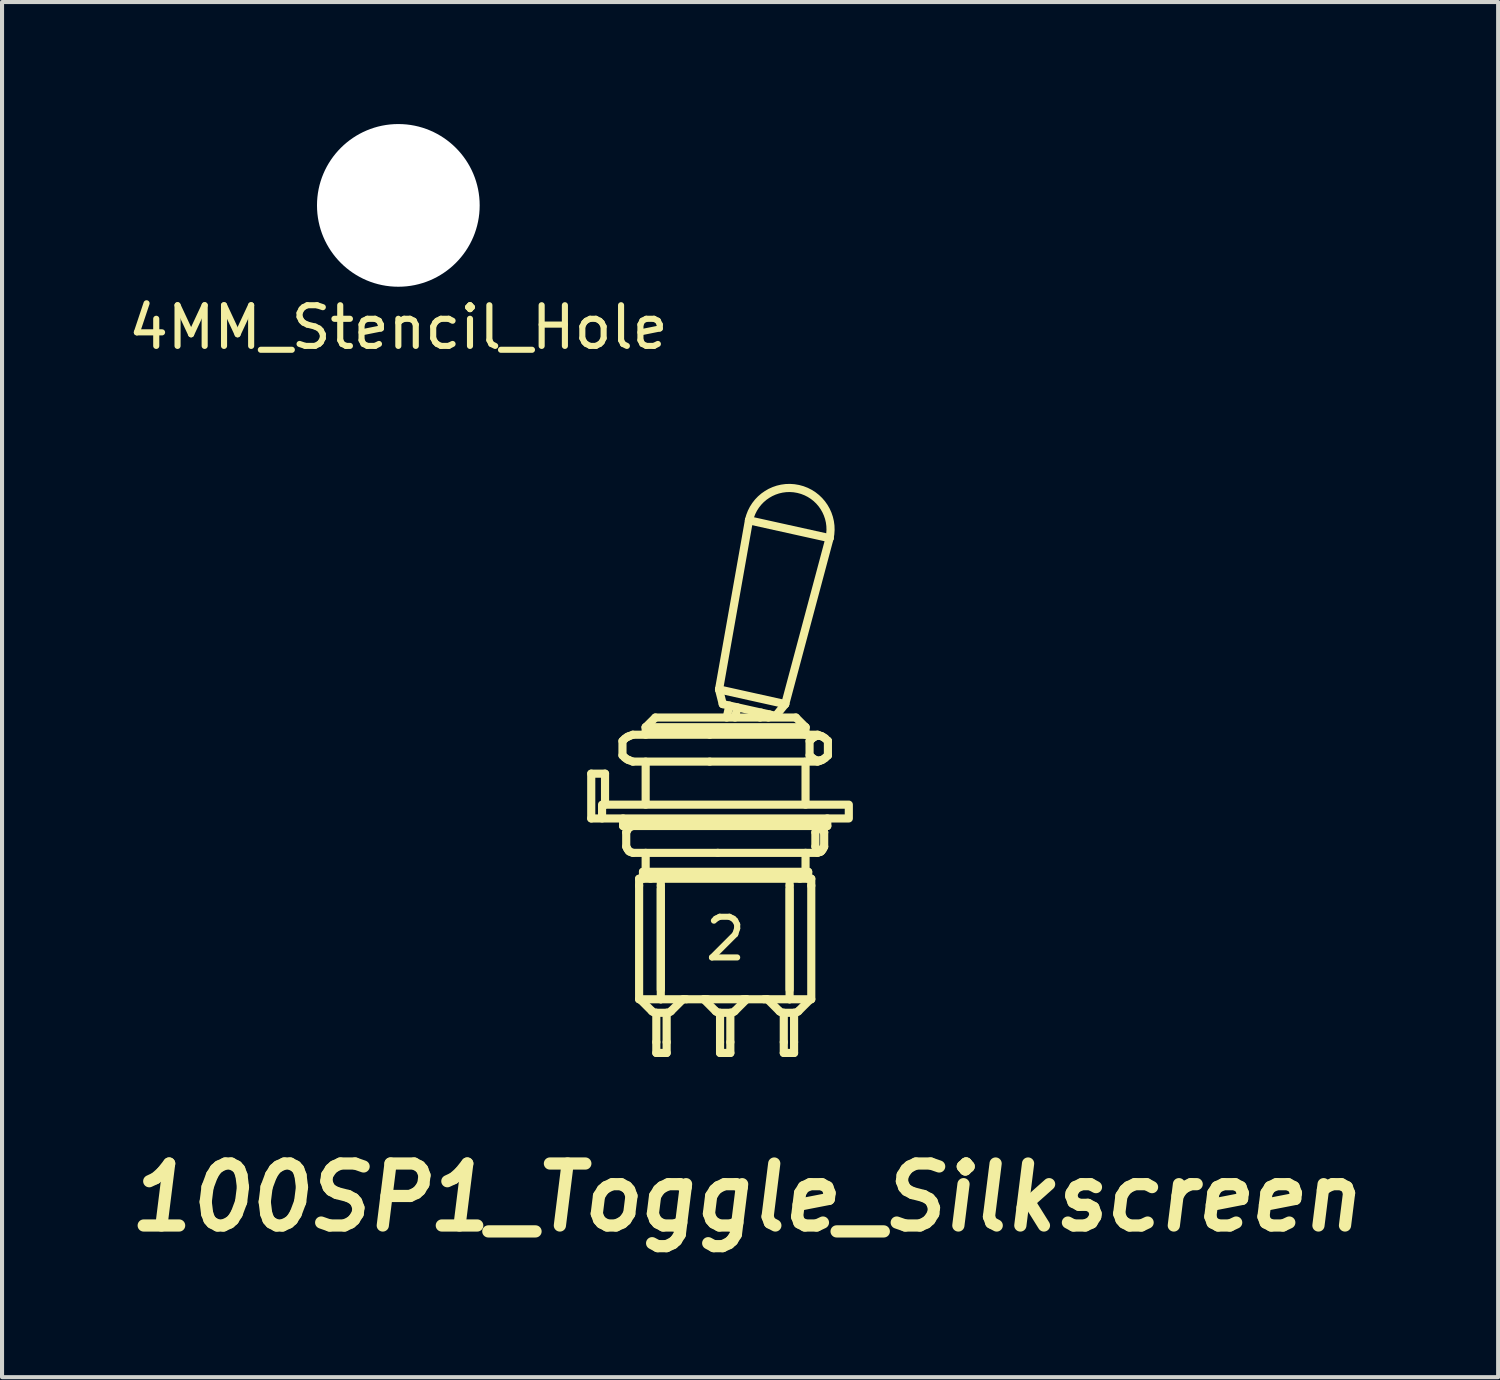
<source format=kicad_pcb>
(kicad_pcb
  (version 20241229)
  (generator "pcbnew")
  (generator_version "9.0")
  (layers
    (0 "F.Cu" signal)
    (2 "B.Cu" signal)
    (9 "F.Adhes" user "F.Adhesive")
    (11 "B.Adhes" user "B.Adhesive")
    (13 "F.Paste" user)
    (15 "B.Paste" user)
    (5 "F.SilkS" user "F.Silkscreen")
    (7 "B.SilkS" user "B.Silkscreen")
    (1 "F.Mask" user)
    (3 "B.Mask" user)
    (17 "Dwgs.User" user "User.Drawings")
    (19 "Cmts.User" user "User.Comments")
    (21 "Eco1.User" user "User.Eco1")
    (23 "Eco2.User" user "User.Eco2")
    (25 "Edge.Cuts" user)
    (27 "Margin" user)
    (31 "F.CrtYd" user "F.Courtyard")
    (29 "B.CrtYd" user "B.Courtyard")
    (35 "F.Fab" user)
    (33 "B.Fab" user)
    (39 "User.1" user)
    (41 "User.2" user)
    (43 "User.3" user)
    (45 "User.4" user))
  (footprint "4MM_Stencil_Hole"
    (layer "F.Cu")
    (at 6.744 2)
    (property "Reference" "4MM_Stencil_Hole" (at 0 3 0) (layer "F.SilkS") (effects (font (size 1 1) (thickness 0.15))))
    (attr through_hole)
    (pad "" np_thru_hole circle (at 0 0) (size 4 4) (drill 4) (layers "*.Cu" "*.Paste" "*.Mask")))
  (footprint "100SP1_Toggle_Silkscreen"
    (layer "F.Cu")
    (at 15.297 17.242)
    (property "Reference" "100SP1_Toggle_Silkscreen" (at 0 9.15 0) (layer "F.SilkS") (effects (font (size 1.524 1.524) (thickness 0.3) (italic yes))))
    (attr through_hole board_only exclude_from_pos_files exclude_from_bom)
    (fp_line (start -3.81 -1.27) (end -3.81 -0.169) (stroke (width 0.2) (type solid)) (layer "F.SilkS"))
    (fp_line (start -3.81 -1.27) (end -3.471 -1.27) (stroke (width 0.2) (type solid)) (layer "F.SilkS"))
    (fp_line (start -3.81 -0.169) (end -3.544 -0.169) (stroke (width 0.2) (type solid)) (layer "F.SilkS"))
    (fp_line (start -3.471 -1.27) (end -3.471 -0.508) (stroke (width 0.2) (type solid)) (layer "F.SilkS"))
    (fp_line (start -3.042 -2.073) (end -3.042 -1.72) (stroke (width 0.2) (type solid)) (layer "F.SilkS"))
    (fp_line (start -3.027 -0.169) (end -3.027 0.017) (stroke (width 0.2) (type solid)) (layer "F.SilkS"))
    (fp_line (start -3.027 0.017) (end 1.994 0.017) (stroke (width 0.2) (type solid)) (layer "F.SilkS"))
    (fp_line (start -2.95 0.171) (end -2.95 0.523) (stroke (width 0.2) (type solid)) (layer "F.SilkS"))
    (fp_line (start -2.882 -1.601) (end -2.787 -1.566) (stroke (width 0.2) (type solid)) (layer "F.SilkS"))
    (fp_line (start -2.857 0.652) (end -2.787 0.677) (stroke (width 0.2) (type solid)) (layer "F.SilkS"))
    (fp_line (start -2.787 -2.227) (end -2.882 -2.192) (stroke (width 0.2) (type solid)) (layer "F.SilkS"))
    (fp_line (start -2.787 0.017) (end -2.857 0.042) (stroke (width 0.2) (type solid)) (layer "F.SilkS"))
    (fp_line (start -2.633 1.483) (end -2.633 1.313) (stroke (width 0.2) (type solid)) (layer "F.SilkS"))
    (fp_line (start -2.633 4.277) (end -2.633 1.483) (stroke (width 0.2) (type solid)) (layer "F.SilkS"))
    (fp_line (start -2.633 4.277) (end -2.1 4.277) (stroke (width 0.2) (type solid)) (layer "F.SilkS"))
    (fp_line (start -2.538 1.143) (end 1.524 1.143) (stroke (width 0.2) (type solid)) (layer "F.SilkS"))
    (fp_line (start -2.538 1.313) (end -2.538 1.143) (stroke (width 0.2) (type solid)) (layer "F.SilkS"))
    (fp_line (start -2.472 -2.413) (end -2.472 -2.227) (stroke (width 0.2) (type solid)) (layer "F.SilkS"))
    (fp_line (start -2.472 -2.413) (end -2.233 -2.65) (stroke (width 0.2) (type solid)) (layer "F.SilkS"))
    (fp_line (start -2.472 -1.566) (end -2.472 -0.508) (stroke (width 0.2) (type solid)) (layer "F.SilkS"))
    (fp_line (start -2.472 0.677) (end -2.472 1.143) (stroke (width 0.2) (type solid)) (layer "F.SilkS"))
    (fp_line (start -2.352 1.313) (end -2.633 1.313) (stroke (width 0.2) (type solid)) (layer "F.SilkS"))
    (fp_line (start -2.352 1.313) (end 1.319 1.313) (stroke (width 0.2) (type solid)) (layer "F.SilkS"))
    (fp_line (start -2.316 4.571) (end -2.61 4.277) (stroke (width 0.2) (type solid)) (layer "F.SilkS"))
    (fp_line (start -2.221 4.61) (end -1.945 4.61) (stroke (width 0.2) (type solid)) (layer "F.SilkS"))
    (fp_line (start -2.21 5.33) (end -2.21 4.61) (stroke (width 0.2) (type solid)) (layer "F.SilkS"))
    (fp_line (start -2.21 5.597) (end -2.21 5.33) (stroke (width 0.2) (type solid)) (layer "F.SilkS"))
    (fp_line (start -2.21 5.597) (end -1.956 5.597) (stroke (width 0.2) (type solid)) (layer "F.SilkS"))
    (fp_line (start -2.1 1.313) (end -2.1 1.483) (stroke (width 0.2) (type solid)) (layer "F.SilkS"))
    (fp_line (start -2.1 1.483) (end -2.1 4.277) (stroke (width 0.2) (type solid)) (layer "F.SilkS"))
    (fp_line (start -2.1 4.043) (end -2.1 1.567) (stroke (width 0.2) (type solid)) (layer "F.SilkS"))
    (fp_line (start -2.1 4.277) (end -1.533 4.277) (stroke (width 0.2) (type solid)) (layer "F.SilkS"))
    (fp_line (start -1.956 4.61) (end -1.956 5.33) (stroke (width 0.2) (type solid)) (layer "F.SilkS"))
    (fp_line (start -1.956 5.33) (end -1.956 5.597) (stroke (width 0.2) (type solid)) (layer "F.SilkS"))
    (fp_line (start -1.556 4.277) (end -1.851 4.571) (stroke (width 0.2) (type solid)) (layer "F.SilkS"))
    (fp_line (start -1.533 4.277) (end -1.471 4.277) (stroke (width 0.2) (type solid)) (layer "F.SilkS"))
    (fp_line (start -1.471 4.277) (end -1.043 4.277) (stroke (width 0.2) (type solid)) (layer "F.SilkS"))
    (fp_line (start -1.001 4.277) (end -1.043 4.277) (stroke (width 0.2) (type solid)) (layer "F.SilkS"))
    (fp_line (start -1.001 4.277) (end -0.95 4.277) (stroke (width 0.2) (type solid)) (layer "F.SilkS"))
    (fp_line (start -0.95 4.277) (end -0.083 4.277) (stroke (width 0.2) (type solid)) (layer "F.SilkS"))
    (fp_line (start -0.897 -2.227) (end -2.787 -2.227) (stroke (width 0.2) (type solid)) (layer "F.SilkS"))
    (fp_line (start -0.897 -1.566) (end -2.787 -1.566) (stroke (width 0.2) (type solid)) (layer "F.SilkS"))
    (fp_line (start -0.749 4.571) (end -1.043 4.277) (stroke (width 0.2) (type solid)) (layer "F.SilkS"))
    (fp_line (start -0.699 0.677) (end -2.787 0.677) (stroke (width 0.2) (type solid)) (layer "F.SilkS"))
    (fp_line (start -0.668 -3.341) (end -0.577 -2.98) (stroke (width 0.2) (type solid)) (layer "F.SilkS"))
    (fp_line (start -0.668 -3.341) (end 0.959 -2.98) (stroke (width 0.2) (type solid)) (layer "F.SilkS"))
    (fp_line (start -0.655 4.61) (end -0.378 4.61) (stroke (width 0.2) (type solid)) (layer "F.SilkS"))
    (fp_line (start -0.643 5.33) (end -0.643 4.61) (stroke (width 0.2) (type solid)) (layer "F.SilkS"))
    (fp_line (start -0.643 5.597) (end -0.643 5.33) (stroke (width 0.2) (type solid)) (layer "F.SilkS"))
    (fp_line (start -0.643 5.597) (end -0.39 5.597) (stroke (width 0.2) (type solid)) (layer "F.SilkS"))
    (fp_line (start -0.577 -2.98) (end 0.725 -2.691) (stroke (width 0.2) (type solid)) (layer "F.SilkS"))
    (fp_line (start -0.414 -2.944) (end -0.48 -2.65) (stroke (width 0.2) (type solid)) (layer "F.SilkS"))
    (fp_line (start -0.39 4.61) (end -0.39 5.33) (stroke (width 0.2) (type solid)) (layer "F.SilkS"))
    (fp_line (start -0.39 5.33) (end -0.39 5.597) (stroke (width 0.2) (type solid)) (layer "F.SilkS"))
    (fp_line (start -0.219 -2.9) (end -0.275 -2.65) (stroke (width 0.2) (type solid)) (layer "F.SilkS"))
    (fp_line (start -0.032 4.277) (end -0.083 4.277) (stroke (width 0.2) (type solid)) (layer "F.SilkS"))
    (fp_line (start 0.01 4.277) (end -0.284 4.571) (stroke (width 0.2) (type solid)) (layer "F.SilkS"))
    (fp_line (start 0.01 4.277) (end -0.032 4.277) (stroke (width 0.2) (type solid)) (layer "F.SilkS"))
    (fp_line (start 0.01 4.277) (end 0.438 4.277) (stroke (width 0.2) (type solid)) (layer "F.SilkS"))
    (fp_line (start 0.068 -7.499) (end -0.668 -3.341) (stroke (width 0.2) (type solid)) (layer "F.SilkS"))
    (fp_line (start 0.34 -2.65) (end 0.367 -2.771) (stroke (width 0.2) (type solid)) (layer "F.SilkS"))
    (fp_line (start 0.5 4.277) (end 0.438 4.277) (stroke (width 0.2) (type solid)) (layer "F.SilkS"))
    (fp_line (start 0.5 4.277) (end 1.067 4.277) (stroke (width 0.2) (type solid)) (layer "F.SilkS"))
    (fp_line (start 0.545 -2.65) (end 0.562 -2.727) (stroke (width 0.2) (type solid)) (layer "F.SilkS"))
    (fp_line (start 0.725 -2.691) (end 0.959 -2.98) (stroke (width 0.2) (type solid)) (layer "F.SilkS"))
    (fp_line (start 0.818 4.571) (end 0.524 4.277) (stroke (width 0.2) (type solid)) (layer "F.SilkS"))
    (fp_line (start 0.912 4.61) (end 1.188 4.61) (stroke (width 0.2) (type solid)) (layer "F.SilkS"))
    (fp_line (start 0.924 5.33) (end 0.924 4.61) (stroke (width 0.2) (type solid)) (layer "F.SilkS"))
    (fp_line (start 0.924 5.597) (end 0.924 5.33) (stroke (width 0.2) (type solid)) (layer "F.SilkS"))
    (fp_line (start 0.924 5.597) (end 1.177 5.597) (stroke (width 0.2) (type solid)) (layer "F.SilkS"))
    (fp_line (start 0.959 -2.98) (end 2.05 -7.06) (stroke (width 0.2) (type solid)) (layer "F.SilkS"))
    (fp_line (start 1.067 1.483) (end 1.067 1.313) (stroke (width 0.2) (type solid)) (layer "F.SilkS"))
    (fp_line (start 1.067 4.043) (end 1.067 1.567) (stroke (width 0.2) (type solid)) (layer "F.SilkS"))
    (fp_line (start 1.067 4.277) (end 1.067 1.483) (stroke (width 0.2) (type solid)) (layer "F.SilkS"))
    (fp_line (start 1.067 4.277) (end 1.6 4.277) (stroke (width 0.2) (type solid)) (layer "F.SilkS"))
    (fp_line (start 1.177 4.61) (end 1.177 5.33) (stroke (width 0.2) (type solid)) (layer "F.SilkS"))
    (fp_line (start 1.177 5.33) (end 1.177 5.597) (stroke (width 0.2) (type solid)) (layer "F.SilkS"))
    (fp_line (start 1.222 -2.65) (end -2.233 -2.65) (stroke (width 0.2) (type solid)) (layer "F.SilkS"))
    (fp_line (start 1.459 -2.413) (end -2.472 -2.413) (stroke (width 0.2) (type solid)) (layer "F.SilkS"))
    (fp_line (start 1.459 -2.413) (end 1.222 -2.65) (stroke (width 0.2) (type solid)) (layer "F.SilkS"))
    (fp_line (start 1.459 -2.227) (end 1.459 -2.413) (stroke (width 0.2) (type solid)) (layer "F.SilkS"))
    (fp_line (start 1.459 -0.508) (end 1.459 -1.566) (stroke (width 0.2) (type solid)) (layer "F.SilkS"))
    (fp_line (start 1.459 1.143) (end 1.459 0.677) (stroke (width 0.2) (type solid)) (layer "F.SilkS"))
    (fp_line (start 1.524 1.313) (end 1.524 1.143) (stroke (width 0.2) (type solid)) (layer "F.SilkS"))
    (fp_line (start 1.558 -2.073) (end 1.558 -1.72) (stroke (width 0.2) (type solid)) (layer "F.SilkS"))
    (fp_line (start 1.577 4.277) (end 1.283 4.571) (stroke (width 0.2) (type solid)) (layer "F.SilkS"))
    (fp_line (start 1.6 1.313) (end 1.319 1.313) (stroke (width 0.2) (type solid)) (layer "F.SilkS"))
    (fp_line (start 1.6 1.483) (end 1.6 1.313) (stroke (width 0.2) (type solid)) (layer "F.SilkS"))
    (fp_line (start 1.6 4.277) (end 1.6 1.483) (stroke (width 0.2) (type solid)) (layer "F.SilkS"))
    (fp_line (start 1.701 0.171) (end 1.701 0.523) (stroke (width 0.2) (type solid)) (layer "F.SilkS"))
    (fp_line (start 1.754 -2.227) (end -0.897 -2.227) (stroke (width 0.2) (type solid)) (layer "F.SilkS"))
    (fp_line (start 1.754 -1.566) (end -0.897 -1.566) (stroke (width 0.2) (type solid)) (layer "F.SilkS"))
    (fp_line (start 1.754 -1.566) (end 1.85 -1.601) (stroke (width 0.2) (type solid)) (layer "F.SilkS"))
    (fp_line (start 1.754 0.677) (end -0.699 0.677) (stroke (width 0.2) (type solid)) (layer "F.SilkS"))
    (fp_line (start 1.754 0.677) (end 1.824 0.652) (stroke (width 0.2) (type solid)) (layer "F.SilkS"))
    (fp_line (start 1.824 0.042) (end 1.754 0.017) (stroke (width 0.2) (type solid)) (layer "F.SilkS"))
    (fp_line (start 1.85 -2.192) (end 1.754 -2.227) (stroke (width 0.2) (type solid)) (layer "F.SilkS"))
    (fp_line (start 1.917 0.171) (end 1.917 0.523) (stroke (width 0.2) (type solid)) (layer "F.SilkS"))
    (fp_line (start 1.994 0.017) (end 1.994 -0.169) (stroke (width 0.2) (type solid)) (layer "F.SilkS"))
    (fp_line (start 2.009 -2.073) (end 2.009 -1.72) (stroke (width 0.2) (type solid)) (layer "F.SilkS"))
    (fp_line (start 2.05 -7.06) (end 0.068 -7.499) (stroke (width 0.2) (type solid)) (layer "F.SilkS"))
    (fp_rect (start -3.544 -0.508) (end 2.523 -0.169) (stroke (width 0.2) (type solid)) (fill no) (layer "F.SilkS"))
    (fp_arc (start -2.221238 4.609933) (mid -2.272262 4.599784) (end -2.315519 4.570881) (stroke (width 0.2) (type solid)) (layer "F.SilkS"))
    (fp_arc (start -1.850748 4.570881) (mid -1.894004 4.599784) (end -1.945029 4.609934) (stroke (width 0.2) (type solid)) (layer "F.SilkS"))
    (fp_arc (start -0.654572 4.609933) (mid -0.705596 4.599784) (end -0.748853 4.570881) (stroke (width 0.2) (type solid)) (layer "F.SilkS"))
    (fp_arc (start -0.284081 4.570881) (mid -0.327337 4.599784) (end -0.378362 4.609934) (stroke (width 0.2) (type solid)) (layer "F.SilkS"))
    (fp_arc (start 0.067913 -7.498893) (mid 1.278539 -8.270147) (end 2.049793 -7.059521) (stroke (width 0.2) (type solid)) (layer "F.SilkS"))
    (fp_arc (start 0.912095 4.609933) (mid 0.861071 4.599784) (end 0.817814 4.570881) (stroke (width 0.2) (type solid)) (layer "F.SilkS"))
    (fp_arc (start 1.282586 4.570881) (mid 1.23933 4.599784) (end 1.188305 4.609934) (stroke (width 0.2) (type solid)) (layer "F.SilkS"))
    (fp_curve (pts (xy -3.042 -1.72) (xy -3.023 -1.701) (xy -3.004 -1.682) (xy -2.985 -1.665)) (stroke (width 0.2) (type solid)) (layer "F.SilkS"))
    (fp_curve (pts (xy -2.985 -2.128) (xy -3.004 -2.111) (xy -3.023 -2.092) (xy -3.042 -2.073)) (stroke (width 0.2) (type solid)) (layer "F.SilkS"))
    (fp_curve (pts (xy -2.985 -1.665) (xy -2.964 -1.646) (xy -2.942 -1.63) (xy -2.921 -1.619)) (stroke (width 0.2) (type solid)) (layer "F.SilkS"))
    (fp_curve (pts (xy -2.95 0.523) (xy -2.94 0.543) (xy -2.931 0.562) (xy -2.922 0.579)) (stroke (width 0.2) (type solid)) (layer "F.SilkS"))
    (fp_curve (pts (xy -2.922 0.115) (xy -2.931 0.132) (xy -2.94 0.151) (xy -2.95 0.171)) (stroke (width 0.2) (type solid)) (layer "F.SilkS"))
    (fp_curve (pts (xy -2.922 0.579) (xy -2.912 0.597) (xy -2.902 0.612) (xy -2.892 0.624)) (stroke (width 0.2) (type solid)) (layer "F.SilkS"))
    (fp_curve (pts (xy -2.921 -1.619) (xy -2.908 -1.613) (xy -2.895 -1.609) (xy -2.882 -1.604)) (stroke (width 0.2) (type solid)) (layer "F.SilkS"))
    (fp_curve (pts (xy -2.919 -2.175) (xy -2.941 -2.164) (xy -2.963 -2.148) (xy -2.985 -2.128)) (stroke (width 0.2) (type solid)) (layer "F.SilkS"))
    (fp_curve (pts (xy -2.892 0.624) (xy -2.882 0.637) (xy -2.871 0.648) (xy -2.861 0.65)) (stroke (width 0.2) (type solid)) (layer "F.SilkS"))
    (fp_curve (pts (xy -2.891 0.069) (xy -2.901 0.082) (xy -2.912 0.097) (xy -2.922 0.115)) (stroke (width 0.2) (type solid)) (layer "F.SilkS"))
    (fp_curve (pts (xy -2.882 -2.189) (xy -2.895 -2.185) (xy -2.907 -2.18) (xy -2.919 -2.175)) (stroke (width 0.2) (type solid)) (layer "F.SilkS"))
    (fp_curve (pts (xy -2.859 0.044) (xy -2.87 0.045) (xy -2.88 0.056) (xy -2.891 0.069)) (stroke (width 0.2) (type solid)) (layer "F.SilkS"))
    (fp_curve (pts (xy 1.558 -2.073) (xy 1.577 -2.092) (xy 1.596 -2.112) (xy 1.615 -2.128)) (stroke (width 0.2) (type solid)) (layer "F.SilkS"))
    (fp_curve (pts (xy 1.615 -2.128) (xy 1.636 -2.147) (xy 1.657 -2.162) (xy 1.678 -2.174)) (stroke (width 0.2) (type solid)) (layer "F.SilkS"))
    (fp_curve (pts (xy 1.615 -1.665) (xy 1.596 -1.681) (xy 1.577 -1.701) (xy 1.558 -1.72)) (stroke (width 0.2) (type solid)) (layer "F.SilkS"))
    (fp_curve (pts (xy 1.678 -2.174) (xy 1.7 -2.185) (xy 1.721 -2.194) (xy 1.742 -2.199)) (stroke (width 0.2) (type solid)) (layer "F.SilkS"))
    (fp_curve (pts (xy 1.68 -1.619) (xy 1.658 -1.63) (xy 1.636 -1.646) (xy 1.615 -1.665)) (stroke (width 0.2) (type solid)) (layer "F.SilkS"))
    (fp_curve (pts (xy 1.701 0.171) (xy 1.71 0.152) (xy 1.719 0.132) (xy 1.728 0.115)) (stroke (width 0.2) (type solid)) (layer "F.SilkS"))
    (fp_curve (pts (xy 1.728 0.115) (xy 1.738 0.097) (xy 1.748 0.082) (xy 1.758 0.07)) (stroke (width 0.2) (type solid)) (layer "F.SilkS"))
    (fp_curve (pts (xy 1.728 0.579) (xy 1.719 0.562) (xy 1.71 0.543) (xy 1.701 0.523)) (stroke (width 0.2) (type solid)) (layer "F.SilkS"))
    (fp_curve (pts (xy 1.742 -2.199) (xy 1.764 -2.204) (xy 1.785 -2.205) (xy 1.806 -2.203)) (stroke (width 0.2) (type solid)) (layer "F.SilkS"))
    (fp_curve (pts (xy 1.746 -1.593) (xy 1.724 -1.598) (xy 1.702 -1.607) (xy 1.68 -1.619)) (stroke (width 0.2) (type solid)) (layer "F.SilkS"))
    (fp_curve (pts (xy 1.758 0.07) (xy 1.769 0.058) (xy 1.779 0.05) (xy 1.789 0.045)) (stroke (width 0.2) (type solid)) (layer "F.SilkS"))
    (fp_curve (pts (xy 1.759 0.625) (xy 1.749 0.613) (xy 1.738 0.598) (xy 1.728 0.579)) (stroke (width 0.2) (type solid)) (layer "F.SilkS"))
    (fp_curve (pts (xy 1.789 0.045) (xy 1.799 0.04) (xy 1.809 0.038) (xy 1.82 0.041)) (stroke (width 0.2) (type solid)) (layer "F.SilkS"))
    (fp_curve (pts (xy 1.791 0.65) (xy 1.78 0.646) (xy 1.77 0.637) (xy 1.759 0.625)) (stroke (width 0.2) (type solid)) (layer "F.SilkS"))
    (fp_curve (pts (xy 1.806 -2.203) (xy 1.828 -2.2) (xy 1.85 -2.193) (xy 1.872 -2.182)) (stroke (width 0.2) (type solid)) (layer "F.SilkS"))
    (fp_curve (pts (xy 1.812 -1.591) (xy 1.79 -1.588) (xy 1.768 -1.589) (xy 1.746 -1.593)) (stroke (width 0.2) (type solid)) (layer "F.SilkS"))
    (fp_curve (pts (xy 1.82 0.041) (xy 1.83 0.044) (xy 1.841 0.051) (xy 1.851 0.062)) (stroke (width 0.2) (type solid)) (layer "F.SilkS"))
    (fp_curve (pts (xy 1.822 0.652) (xy 1.812 0.656) (xy 1.801 0.655) (xy 1.791 0.65)) (stroke (width 0.2) (type solid)) (layer "F.SilkS"))
    (fp_curve (pts (xy 1.851 0.062) (xy 1.862 0.072) (xy 1.872 0.087) (xy 1.883 0.104)) (stroke (width 0.2) (type solid)) (layer "F.SilkS"))
    (fp_curve (pts (xy 1.853 0.631) (xy 1.843 0.642) (xy 1.832 0.649) (xy 1.822 0.652)) (stroke (width 0.2) (type solid)) (layer "F.SilkS"))
    (fp_curve (pts (xy 1.872 -2.182) (xy 1.894 -2.171) (xy 1.916 -2.157) (xy 1.938 -2.14)) (stroke (width 0.2) (type solid)) (layer "F.SilkS"))
    (fp_curve (pts (xy 1.876 -1.613) (xy 1.854 -1.602) (xy 1.833 -1.595) (xy 1.812 -1.591)) (stroke (width 0.2) (type solid)) (layer "F.SilkS"))
    (fp_curve (pts (xy 1.883 0.104) (xy 1.893 0.121) (xy 1.903 0.142) (xy 1.914 0.165)) (stroke (width 0.2) (type solid)) (layer "F.SilkS"))
    (fp_curve (pts (xy 1.883 0.589) (xy 1.873 0.606) (xy 1.863 0.62) (xy 1.853 0.631)) (stroke (width 0.2) (type solid)) (layer "F.SilkS"))
    (fp_curve (pts (xy 1.914 0.165) (xy 1.915 0.167) (xy 1.916 0.169) (xy 1.917 0.171)) (stroke (width 0.2) (type solid)) (layer "F.SilkS"))
    (fp_curve (pts (xy 1.914 0.53) (xy 1.904 0.552) (xy 1.894 0.572) (xy 1.883 0.589)) (stroke (width 0.2) (type solid)) (layer "F.SilkS"))
    (fp_curve (pts (xy 1.917 0.523) (xy 1.916 0.525) (xy 1.915 0.527) (xy 1.914 0.53)) (stroke (width 0.2) (type solid)) (layer "F.SilkS"))
    (fp_curve (pts (xy 1.938 -2.14) (xy 1.959 -2.122) (xy 1.981 -2.102) (xy 2.003 -2.079)) (stroke (width 0.2) (type solid)) (layer "F.SilkS"))
    (fp_curve (pts (xy 1.939 -1.655) (xy 1.918 -1.638) (xy 1.897 -1.623) (xy 1.876 -1.613)) (stroke (width 0.2) (type solid)) (layer "F.SilkS"))
    (fp_curve (pts (xy 2.003 -2.079) (xy 2.005 -2.077) (xy 2.007 -2.075) (xy 2.009 -2.073)) (stroke (width 0.2) (type solid)) (layer "F.SilkS"))
    (fp_curve (pts (xy 2.003 -1.714) (xy 1.982 -1.692) (xy 1.961 -1.672) (xy 1.939 -1.655)) (stroke (width 0.2) (type solid)) (layer "F.SilkS"))
    (fp_curve (pts (xy 2.009 -1.72) (xy 2.007 -1.718) (xy 2.005 -1.716) (xy 2.003 -1.714)) (stroke (width 0.2) (type solid)) (layer "F.SilkS"))
    (fp_text user "2" (at -0.508 2.794 0) (layer "F.SilkS") (effects (font (size 1 1) (thickness 0.15)))))
  (gr_rect
    (start -3 -3)
    (end 33.785 30.81)
    (stroke (width 0.1) (type default))
    (fill no)
    (layer "Edge.Cuts")))
</source>
